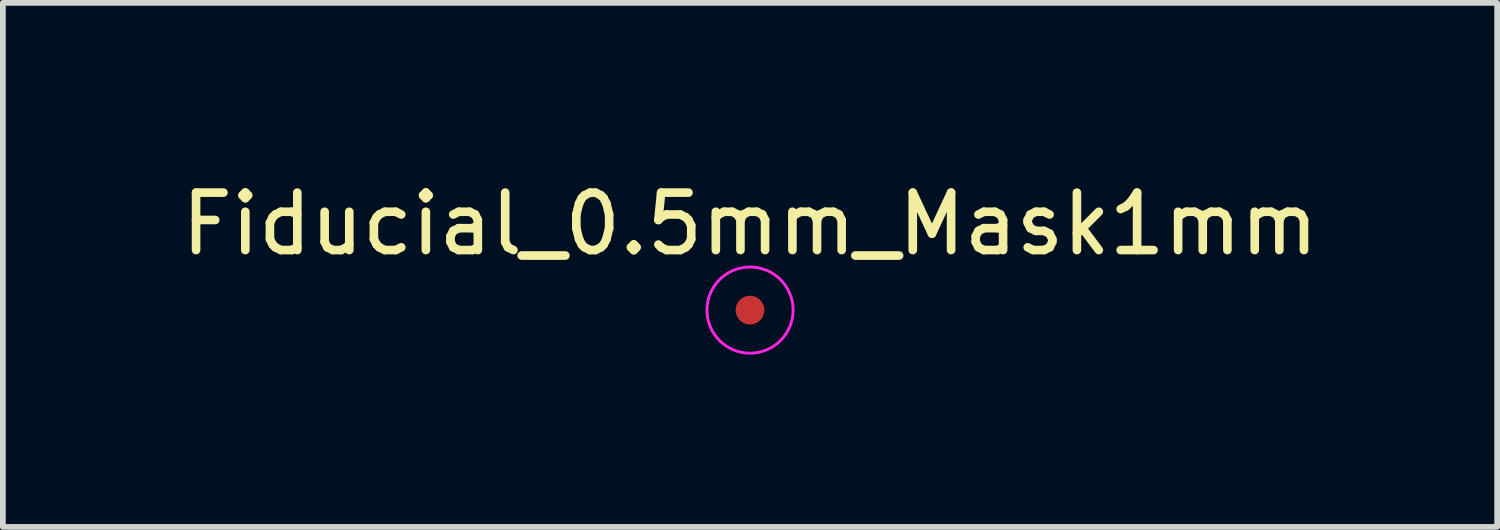
<source format=kicad_pcb>
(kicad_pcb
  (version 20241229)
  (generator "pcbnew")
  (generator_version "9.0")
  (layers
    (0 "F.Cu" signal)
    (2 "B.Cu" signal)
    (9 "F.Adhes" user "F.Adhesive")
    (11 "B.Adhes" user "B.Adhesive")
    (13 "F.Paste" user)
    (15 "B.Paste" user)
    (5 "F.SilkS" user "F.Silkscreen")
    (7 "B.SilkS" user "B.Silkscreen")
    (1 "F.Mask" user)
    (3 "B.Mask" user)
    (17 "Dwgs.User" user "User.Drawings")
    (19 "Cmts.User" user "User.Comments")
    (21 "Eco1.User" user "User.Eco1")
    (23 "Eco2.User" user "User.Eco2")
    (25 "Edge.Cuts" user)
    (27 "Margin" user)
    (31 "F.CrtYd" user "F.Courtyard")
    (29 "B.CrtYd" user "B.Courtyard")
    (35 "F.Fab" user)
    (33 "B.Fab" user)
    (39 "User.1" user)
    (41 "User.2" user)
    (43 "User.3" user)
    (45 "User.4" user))
  (footprint "Fiducial_0.5mm_Mask1mm"
    (layer "F.Cu")
    (at 10.006 2.348)
    (property "Reference" "Fiducial_0.5mm_Mask1mm" (at 0 -1.5 0) (layer "F.SilkS") (effects (font (size 1 1) (thickness 0.15))))
    (attr smd exclude_from_bom allow_missing_courtyard)
    (fp_circle (center 0 0) (end 0.75 0) (stroke (width 0.05) (type solid)) (fill no) (layer "F.CrtYd"))
    (pad "" smd circle (at 0 0) (size 0.5 0.5) (property pad_prop_fiducial_glob) (layers "F.Cu" "F.Mask")))
  (gr_rect
    (start -3 -3)
    (end 23.012 6.123)
    (stroke (width 0.1) (type default))
    (fill no)
    (layer "Edge.Cuts")))
</source>
